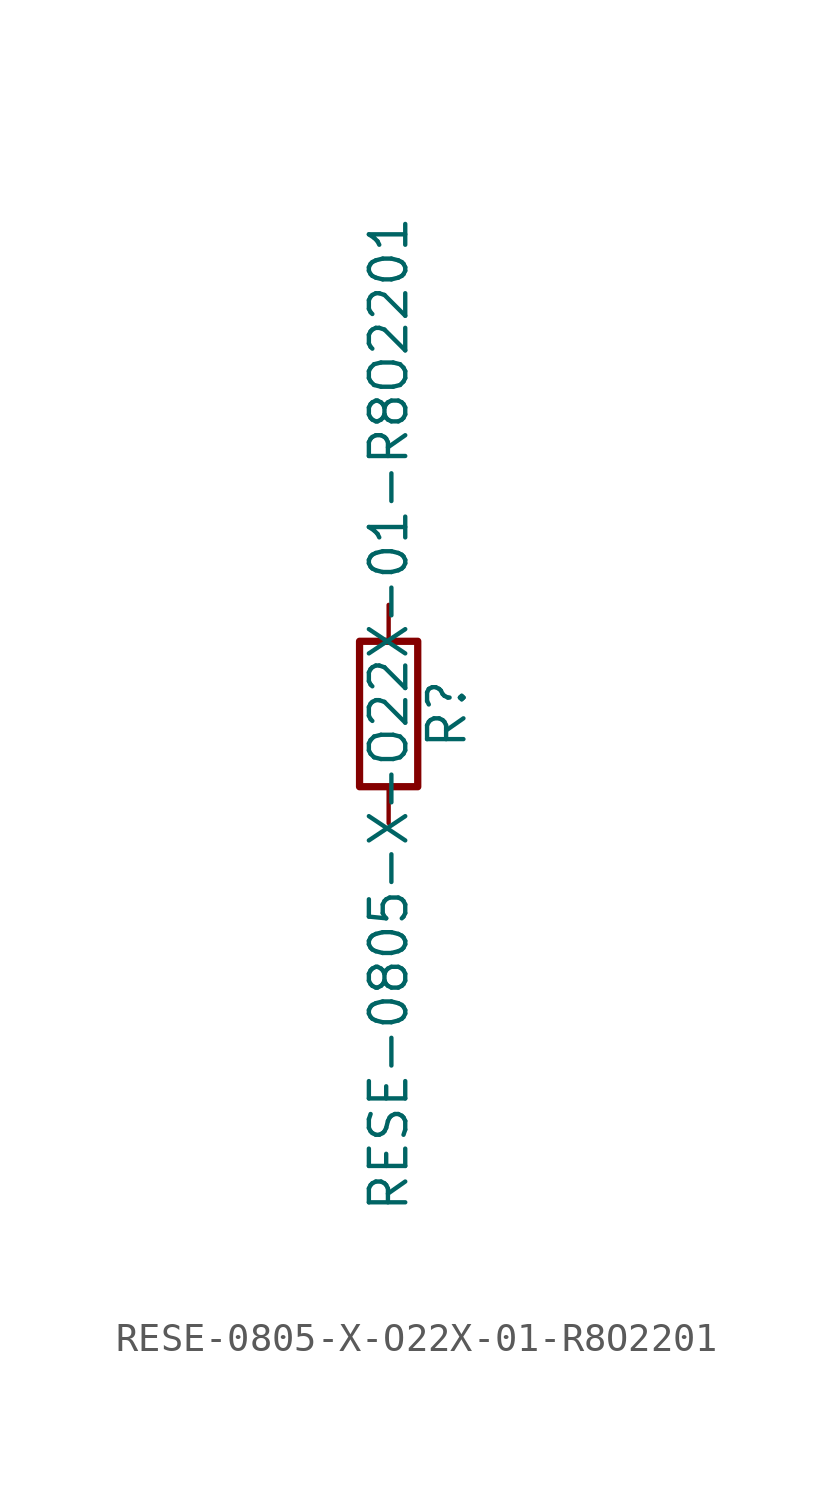
<source format=kicad_sym>
(kicad_symbol_lib
  (version 20211014)
  (generator kicad_symbol_editor)
  (symbol "RESE-0805-X-O22X-01-R8O2201"
    (pin_numbers hide)
    (pin_names
      (offset 0))
    (property "Reference" "R"
      (at 2.032 0 90)
      (effects (font (size 1.27 1.27))))
    (property "Value" "RESE-0805-X-O22X-01-R8O2201"
      (at 0 0 90)
      (effects (font (size 1.27 1.27))))
    (symbol "RESE-0805-X-O22X-01-R8O2201_0_1"
      (rectangle (start -1.016 -2.54) (end 1.016 2.54) (stroke (width 0.254) (type default) (color 0 0 0 0)) (fill (type none))))
    (symbol "RESE-0805-X-O22X-01-R8O2201_1_1"
      (pin passive line (at 0 3.81 270) (length 1.27) (name "~" (effects (font (size 1.27 1.27)))) (number "1" (effects (font (size 1.27 1.27)))))
      (pin passive line (at 0 -3.81 90) (length 1.27) (name "~" (effects (font (size 1.27 1.27)))) (number "2" (effects (font (size 1.27 1.27))))))))
</source>
